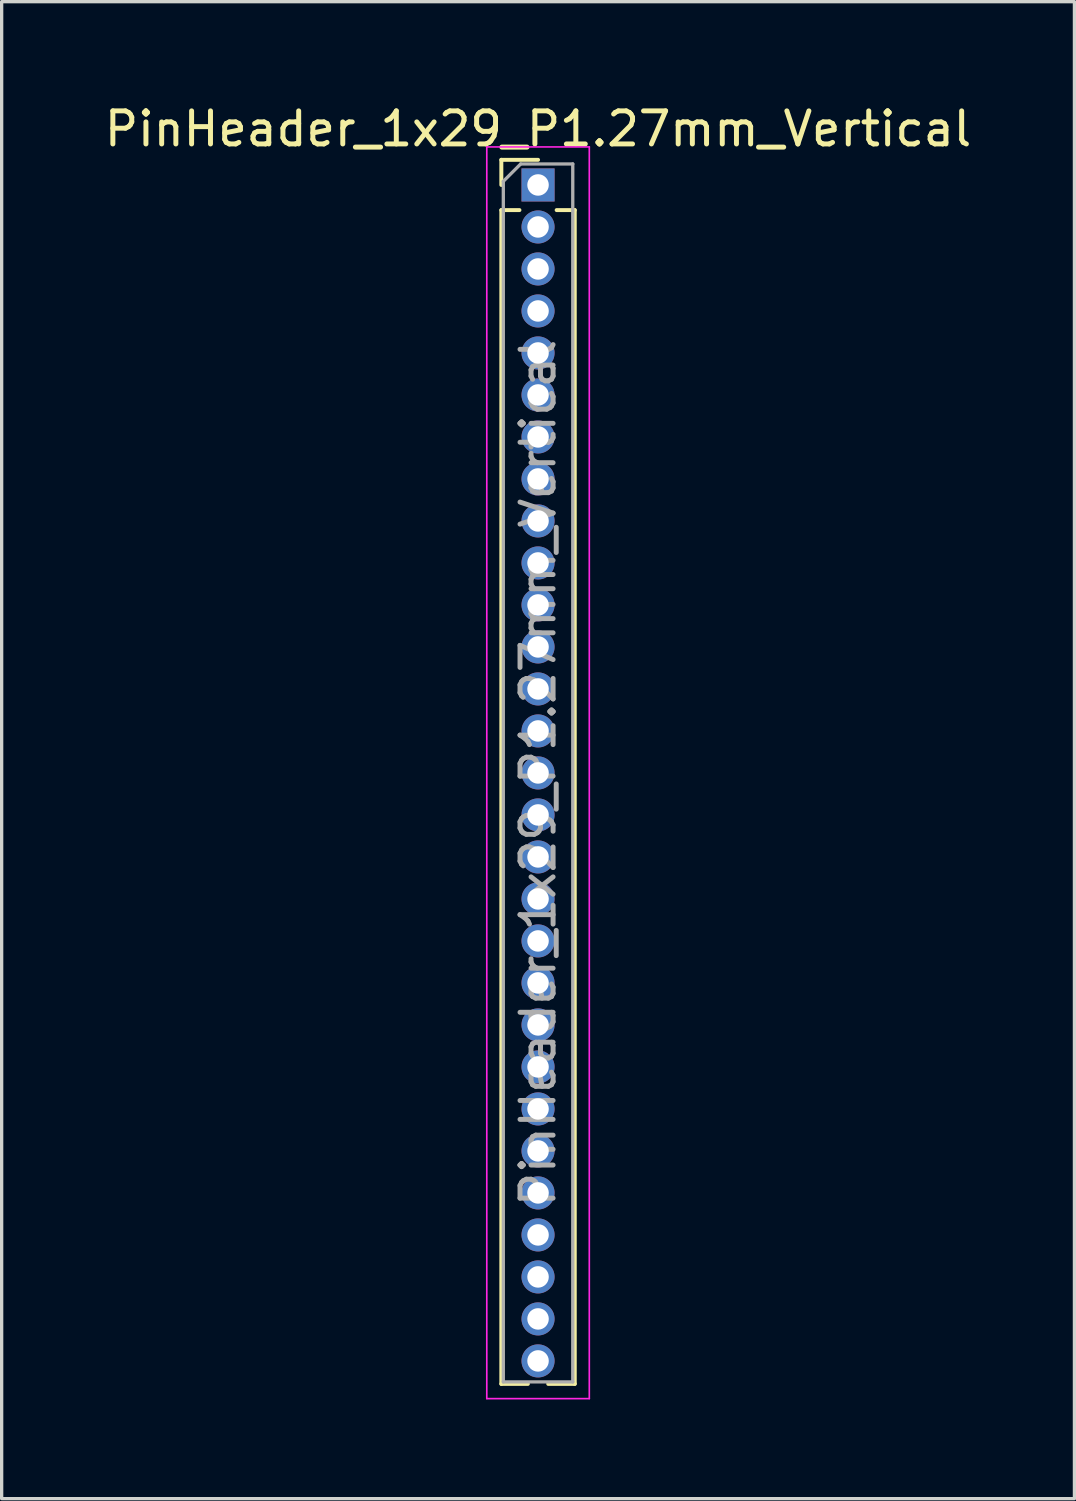
<source format=kicad_pcb>
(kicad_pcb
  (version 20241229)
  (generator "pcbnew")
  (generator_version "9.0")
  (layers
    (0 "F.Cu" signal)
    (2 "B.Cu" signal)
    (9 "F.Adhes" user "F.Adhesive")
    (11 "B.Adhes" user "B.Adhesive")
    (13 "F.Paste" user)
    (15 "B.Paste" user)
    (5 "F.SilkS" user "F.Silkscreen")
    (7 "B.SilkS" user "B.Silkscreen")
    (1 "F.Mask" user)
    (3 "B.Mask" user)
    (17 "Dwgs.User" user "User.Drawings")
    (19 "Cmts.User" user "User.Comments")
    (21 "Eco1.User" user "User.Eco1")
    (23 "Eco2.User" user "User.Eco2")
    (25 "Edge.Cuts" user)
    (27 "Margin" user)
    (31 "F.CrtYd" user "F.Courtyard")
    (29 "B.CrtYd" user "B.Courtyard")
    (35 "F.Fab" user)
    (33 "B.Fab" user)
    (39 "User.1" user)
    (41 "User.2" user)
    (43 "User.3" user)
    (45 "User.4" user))
  (footprint "PinHeader_1x29_P1.27mm_Vertical"
    (layer "F.Cu")
    (at 13.22 2.543)
    (property "Reference" "PinHeader_1x29_P1.27mm_Vertical" (at 0 -1.695 0) (layer "F.SilkS") (effects (font (size 1 1) (thickness 0.15))))
    (attr through_hole)
    (fp_line (start -1.11 -0.76) (end 0 -0.76) (stroke (width 0.12) (type solid)) (layer "F.SilkS"))
    (fp_line (start -1.11 0) (end -1.11 -0.76) (stroke (width 0.12) (type solid)) (layer "F.SilkS"))
    (fp_line (start -1.11 0.76) (end -1.11 36.255) (stroke (width 0.12) (type solid)) (layer "F.SilkS"))
    (fp_line (start -1.11 0.76) (end -0.563 0.76) (stroke (width 0.12) (type solid)) (layer "F.SilkS"))
    (fp_line (start -1.11 36.255) (end -0.308 36.255) (stroke (width 0.12) (type solid)) (layer "F.SilkS"))
    (fp_line (start 0.308 36.255) (end 1.11 36.255) (stroke (width 0.12) (type solid)) (layer "F.SilkS"))
    (fp_line (start 0.563 0.76) (end 1.11 0.76) (stroke (width 0.12) (type solid)) (layer "F.SilkS"))
    (fp_line (start 1.11 0.76) (end 1.11 36.255) (stroke (width 0.12) (type solid)) (layer "F.SilkS"))
    (fp_line (start -1.55 -1.15) (end -1.55 36.7) (stroke (width 0.05) (type solid)) (layer "F.CrtYd"))
    (fp_line (start -1.55 36.7) (end 1.55 36.7) (stroke (width 0.05) (type solid)) (layer "F.CrtYd"))
    (fp_line (start 1.55 -1.15) (end -1.55 -1.15) (stroke (width 0.05) (type solid)) (layer "F.CrtYd"))
    (fp_line (start 1.55 36.7) (end 1.55 -1.15) (stroke (width 0.05) (type solid)) (layer "F.CrtYd"))
    (fp_line (start -1.05 -0.11) (end -0.525 -0.635) (stroke (width 0.1) (type solid)) (layer "F.Fab"))
    (fp_line (start -1.05 36.195) (end -1.05 -0.11) (stroke (width 0.1) (type solid)) (layer "F.Fab"))
    (fp_line (start -0.525 -0.635) (end 1.05 -0.635) (stroke (width 0.1) (type solid)) (layer "F.Fab"))
    (fp_line (start 1.05 -0.635) (end 1.05 36.195) (stroke (width 0.1) (type solid)) (layer "F.Fab"))
    (fp_line (start 1.05 36.195) (end -1.05 36.195) (stroke (width 0.1) (type solid)) (layer "F.Fab"))
    (fp_text user "${REFERENCE}" (at 0 17.78 90) (layer "F.Fab") (effects (font (size 1 1) (thickness 0.15))))
    (pad "1" thru_hole rect (at 0 0) (size 1 1) (drill 0.65) (layers "*.Cu" "*.Mask"))
    (pad "2" thru_hole oval (at 0 1.27) (size 1 1) (drill 0.65) (layers "*.Cu" "*.Mask"))
    (pad "3" thru_hole oval (at 0 2.54) (size 1 1) (drill 0.65) (layers "*.Cu" "*.Mask"))
    (pad "4" thru_hole oval (at 0 3.81) (size 1 1) (drill 0.65) (layers "*.Cu" "*.Mask"))
    (pad "5" thru_hole oval (at 0 5.08) (size 1 1) (drill 0.65) (layers "*.Cu" "*.Mask"))
    (pad "6" thru_hole oval (at 0 6.35) (size 1 1) (drill 0.65) (layers "*.Cu" "*.Mask"))
    (pad "7" thru_hole oval (at 0 7.62) (size 1 1) (drill 0.65) (layers "*.Cu" "*.Mask"))
    (pad "8" thru_hole oval (at 0 8.89) (size 1 1) (drill 0.65) (layers "*.Cu" "*.Mask"))
    (pad "9" thru_hole oval (at 0 10.16) (size 1 1) (drill 0.65) (layers "*.Cu" "*.Mask"))
    (pad "10" thru_hole oval (at 0 11.43) (size 1 1) (drill 0.65) (layers "*.Cu" "*.Mask"))
    (pad "11" thru_hole oval (at 0 12.7) (size 1 1) (drill 0.65) (layers "*.Cu" "*.Mask"))
    (pad "12" thru_hole oval (at 0 13.97) (size 1 1) (drill 0.65) (layers "*.Cu" "*.Mask"))
    (pad "13" thru_hole oval (at 0 15.24) (size 1 1) (drill 0.65) (layers "*.Cu" "*.Mask"))
    (pad "14" thru_hole oval (at 0 16.51) (size 1 1) (drill 0.65) (layers "*.Cu" "*.Mask"))
    (pad "15" thru_hole oval (at 0 17.78) (size 1 1) (drill 0.65) (layers "*.Cu" "*.Mask"))
    (pad "16" thru_hole oval (at 0 19.05) (size 1 1) (drill 0.65) (layers "*.Cu" "*.Mask"))
    (pad "17" thru_hole oval (at 0 20.32) (size 1 1) (drill 0.65) (layers "*.Cu" "*.Mask"))
    (pad "18" thru_hole oval (at 0 21.59) (size 1 1) (drill 0.65) (layers "*.Cu" "*.Mask"))
    (pad "19" thru_hole oval (at 0 22.86) (size 1 1) (drill 0.65) (layers "*.Cu" "*.Mask"))
    (pad "20" thru_hole oval (at 0 24.13) (size 1 1) (drill 0.65) (layers "*.Cu" "*.Mask"))
    (pad "21" thru_hole oval (at 0 25.4) (size 1 1) (drill 0.65) (layers "*.Cu" "*.Mask"))
    (pad "22" thru_hole oval (at 0 26.67) (size 1 1) (drill 0.65) (layers "*.Cu" "*.Mask"))
    (pad "23" thru_hole oval (at 0 27.94) (size 1 1) (drill 0.65) (layers "*.Cu" "*.Mask"))
    (pad "24" thru_hole oval (at 0 29.21) (size 1 1) (drill 0.65) (layers "*.Cu" "*.Mask"))
    (pad "25" thru_hole oval (at 0 30.48) (size 1 1) (drill 0.65) (layers "*.Cu" "*.Mask"))
    (pad "26" thru_hole oval (at 0 31.75) (size 1 1) (drill 0.65) (layers "*.Cu" "*.Mask"))
    (pad "27" thru_hole oval (at 0 33.02) (size 1 1) (drill 0.65) (layers "*.Cu" "*.Mask"))
    (pad "28" thru_hole oval (at 0 34.29) (size 1 1) (drill 0.65) (layers "*.Cu" "*.Mask"))
    (pad "29" thru_hole oval (at 0 35.56) (size 1 1) (drill 0.65) (layers "*.Cu" "*.Mask")))
  (gr_rect
    (start -3 -3)
    (end 29.44 42.268)
    (stroke (width 0.1) (type default))
    (fill no)
    (layer "Edge.Cuts")))
</source>
